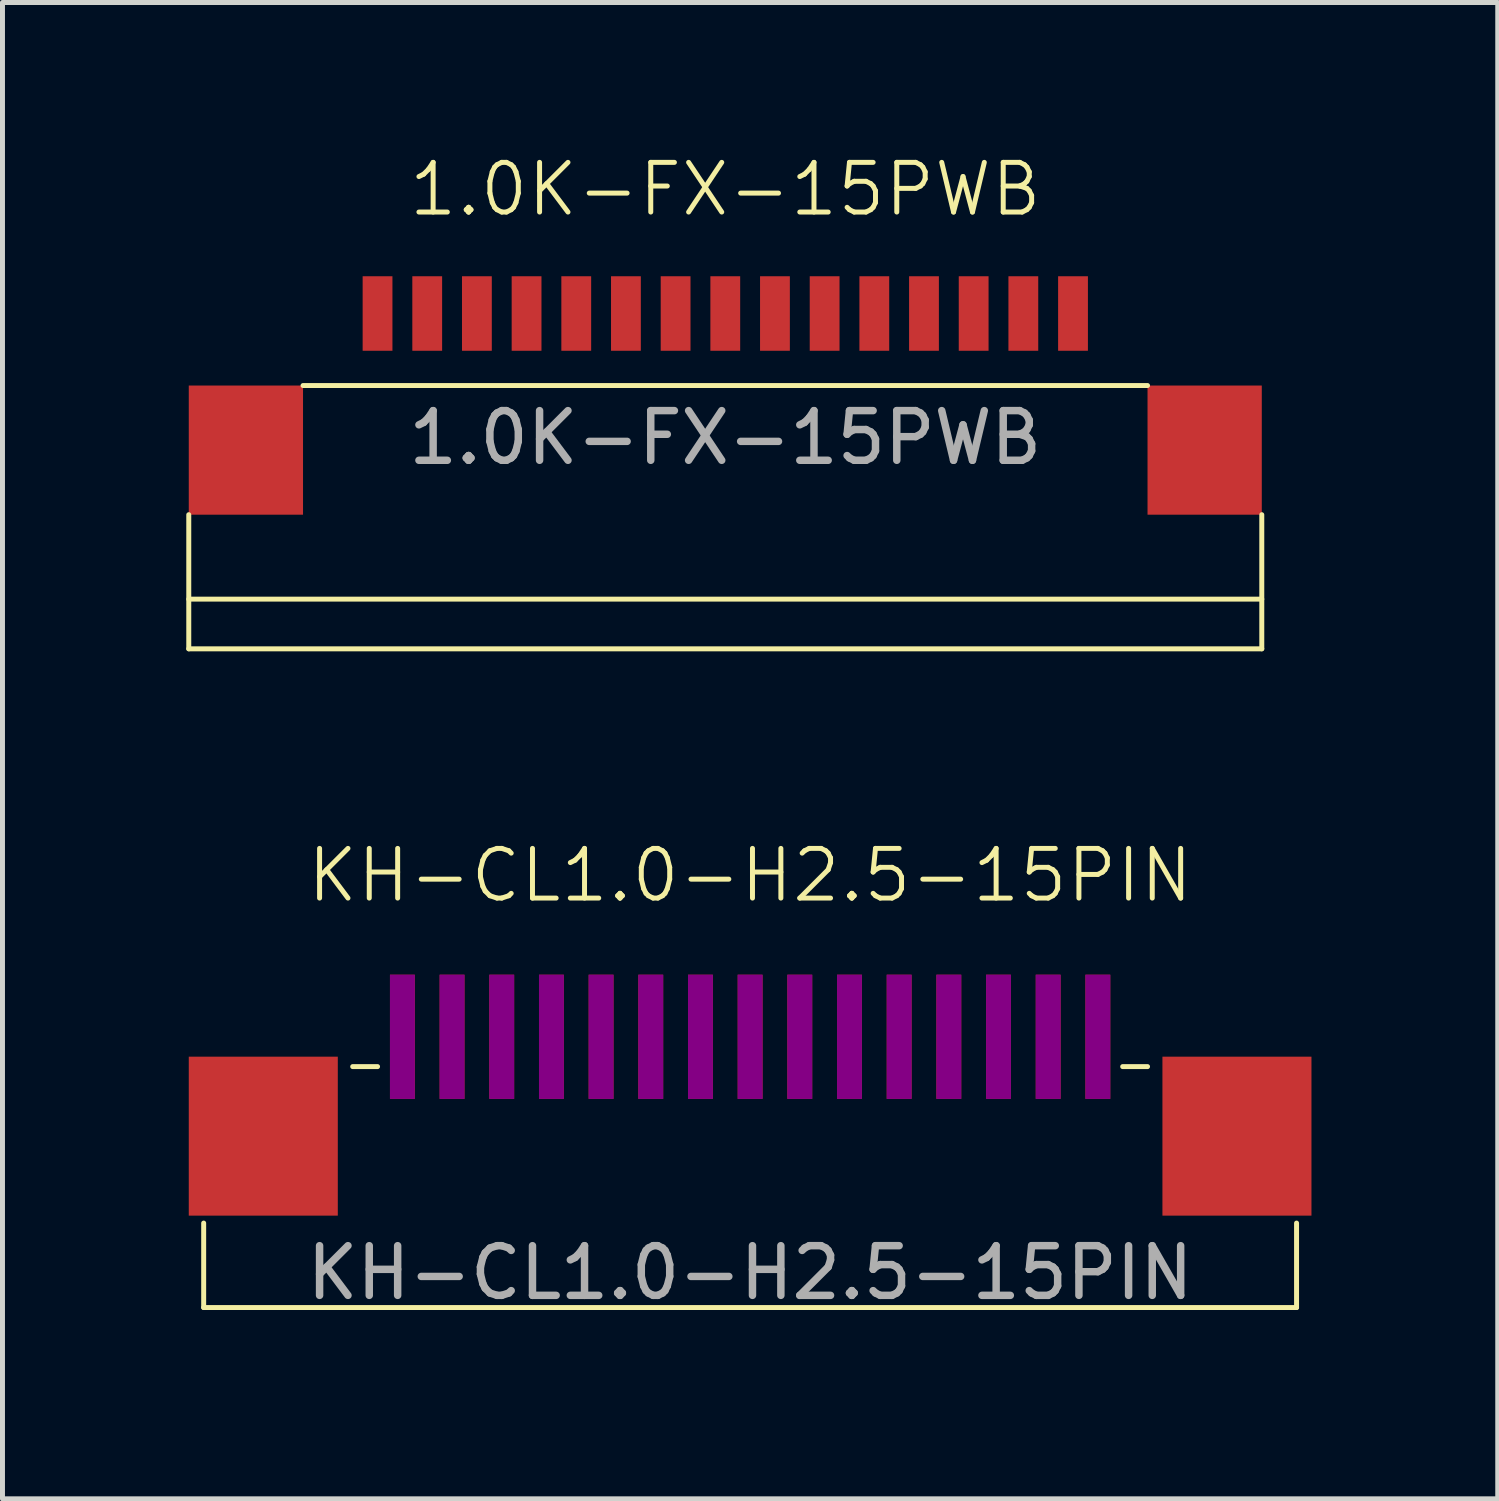
<source format=kicad_pcb>
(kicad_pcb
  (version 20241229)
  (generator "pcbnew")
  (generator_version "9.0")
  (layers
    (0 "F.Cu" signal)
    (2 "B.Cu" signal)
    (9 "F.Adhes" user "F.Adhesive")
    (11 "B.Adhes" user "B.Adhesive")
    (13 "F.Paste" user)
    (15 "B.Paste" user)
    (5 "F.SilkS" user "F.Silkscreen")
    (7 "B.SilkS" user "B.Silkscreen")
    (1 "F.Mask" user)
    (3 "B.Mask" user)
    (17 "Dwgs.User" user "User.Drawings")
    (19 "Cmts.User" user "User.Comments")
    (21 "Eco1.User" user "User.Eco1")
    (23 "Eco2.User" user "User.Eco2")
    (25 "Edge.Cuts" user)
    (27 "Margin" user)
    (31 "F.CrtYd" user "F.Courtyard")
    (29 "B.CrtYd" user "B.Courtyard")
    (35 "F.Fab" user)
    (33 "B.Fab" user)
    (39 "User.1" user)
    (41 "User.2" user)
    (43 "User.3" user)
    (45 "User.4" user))
  (footprint "KH-CL1.0-H2.5-15PIN"
    (layer "F.Cu")
    (at 12.05 20.071)
    (property "Reference" "KH-CL1.0-H2.5-15PIN" (at 0 -5.5 0) (unlocked yes) (layer "F.SilkS") (effects (font (size 1 1) (thickness 0.1))))
    (attr smd)
    (fp_line (start -11 3.2) (end -11 1.5) (stroke (width 0.1) (type default)) (layer "F.SilkS"))
    (fp_line (start -11 3.2) (end 11 3.2) (stroke (width 0.1) (type default)) (layer "F.SilkS"))
    (fp_line (start -8 -1.65) (end -7.5 -1.65) (stroke (width 0.1) (type default)) (layer "F.SilkS"))
    (fp_line (start 8 -1.65) (end 7.5 -1.65) (stroke (width 0.1) (type default)) (layer "F.SilkS"))
    (fp_line (start 11 3.2) (end 11 1.5) (stroke (width 0.1) (type default)) (layer "F.SilkS"))
    (fp_rect (start -12 -4.25) (end 12 4) (stroke (width 0.1) (type default)) (fill no) (layer "Margin"))
    (fp_text user "${REFERENCE}" (at 0 2.5 0) (unlocked yes) (layer "F.Fab") (effects (font (size 1 1) (thickness 0.15))))
    (pad "1" smd rect (at -7 -2.25) (size 0.5 2.5) (layers "F.Cu" "F.Mask" "F.Adhes" "F.Paste"))
    (pad "2" smd rect (at -6 -2.25) (size 0.5 2.5) (layers "F.Cu" "F.Mask" "F.Adhes" "F.Paste"))
    (pad "3" smd rect (at -5 -2.25) (size 0.5 2.5) (layers "F.Cu" "F.Mask" "F.Adhes" "F.Paste"))
    (pad "4" smd rect (at -4 -2.25) (size 0.5 2.5) (layers "F.Cu" "F.Mask" "F.Adhes" "F.Paste"))
    (pad "5" smd rect (at -3 -2.25) (size 0.5 2.5) (layers "F.Cu" "F.Mask" "F.Adhes" "F.Paste"))
    (pad "6" smd rect (at -2 -2.25) (size 0.5 2.5) (layers "F.Cu" "F.Mask" "F.Adhes" "F.Paste"))
    (pad "7" smd rect (at -1 -2.25) (size 0.5 2.5) (layers "F.Cu" "F.Mask" "F.Adhes" "F.Paste"))
    (pad "8" smd rect (at 0 -2.25) (size 0.5 2.5) (layers "F.Cu" "F.Mask" "F.Adhes" "F.Paste"))
    (pad "9" smd rect (at 1 -2.25) (size 0.5 2.5) (layers "F.Cu" "F.Mask" "F.Adhes" "F.Paste"))
    (pad "10" smd rect (at 2 -2.25) (size 0.5 2.5) (layers "F.Cu" "F.Mask" "F.Adhes" "F.Paste"))
    (pad "11" smd rect (at 3 -2.25) (size 0.5 2.5) (layers "F.Cu" "F.Mask" "F.Adhes" "F.Paste"))
    (pad "12" smd rect (at 4 -2.25) (size 0.5 2.5) (layers "F.Cu" "F.Mask" "F.Adhes" "F.Paste"))
    (pad "13" smd rect (at 5 -2.25) (size 0.5 2.5) (layers "F.Cu" "F.Mask" "F.Adhes" "F.Paste"))
    (pad "14" smd rect (at 6 -2.25) (size 0.5 2.5) (layers "F.Cu" "F.Mask" "F.Adhes" "F.Paste"))
    (pad "15" smd rect (at 7 -2.25) (size 0.5 2.5) (layers "F.Cu" "F.Mask" "F.Adhes" "F.Paste"))
    (pad "MP" smd rect (at -9.8 -0.25) (size 3 3.2) (layers "F.Cu" "F.Mask" "F.Paste"))
    (pad "MP" smd rect (at 9.8 -0.25) (size 3 3.2) (layers "F.Cu" "F.Mask" "F.Paste")))
  (footprint "1.0K-FX-15PWB"
    (layer "F.Cu")
    (at 11.55 6.261)
    (property "Reference" "1.0K-FX-15PWB" (at 0 -5.5 0) (unlocked yes) (layer "F.SilkS") (effects (font (size 1 1) (thickness 0.1))))
    (attr smd)
    (fp_line (start -10.8 1.05) (end -10.8 3.75) (stroke (width 0.1) (type default)) (layer "F.SilkS"))
    (fp_line (start -10.8 2.75) (end 10.8 2.75) (stroke (width 0.1) (type default)) (layer "F.SilkS"))
    (fp_line (start -10.8 3.75) (end 10.8 3.75) (stroke (width 0.1) (type default)) (layer "F.SilkS"))
    (fp_line (start -8.5 -1.55) (end 8.5 -1.55) (stroke (width 0.1) (type default)) (layer "F.SilkS"))
    (fp_line (start 10.8 1.05) (end 10.8 3.75) (stroke (width 0.1) (type default)) (layer "F.SilkS"))
    (fp_rect (start -11.5 -4.5) (end 11.5 4.5) (stroke (width 0.1) (type default)) (fill no) (layer "Margin"))
    (fp_text user "${REFERENCE}" (at 0 -0.5 0) (unlocked yes) (layer "F.Fab") (effects (font (size 1 1) (thickness 0.15))))
    (pad "1" smd rect (at -7 -3) (size 0.6 1.5) (layers "F.Cu" "F.Mask" "F.Paste"))
    (pad "2" smd rect (at -6 -3) (size 0.6 1.5) (layers "F.Cu" "F.Mask" "F.Paste"))
    (pad "3" smd rect (at -5 -3) (size 0.6 1.5) (layers "F.Cu" "F.Mask" "F.Paste"))
    (pad "4" smd rect (at -4 -3) (size 0.6 1.5) (layers "F.Cu" "F.Mask" "F.Paste"))
    (pad "5" smd rect (at -3 -3) (size 0.6 1.5) (layers "F.Cu" "F.Mask" "F.Paste"))
    (pad "6" smd rect (at -2 -3) (size 0.6 1.5) (layers "F.Cu" "F.Mask" "F.Paste"))
    (pad "7" smd rect (at -1 -3) (size 0.6 1.5) (layers "F.Cu" "F.Mask" "F.Paste"))
    (pad "8" smd rect (at 0 -3) (size 0.6 1.5) (layers "F.Cu" "F.Mask" "F.Paste"))
    (pad "9" smd rect (at 1 -3) (size 0.6 1.5) (layers "F.Cu" "F.Mask" "F.Paste"))
    (pad "10" smd rect (at 2 -3) (size 0.6 1.5) (layers "F.Cu" "F.Mask" "F.Paste"))
    (pad "11" smd rect (at 3 -3) (size 0.6 1.5) (layers "F.Cu" "F.Mask" "F.Paste"))
    (pad "12" smd rect (at 4 -3) (size 0.6 1.5) (layers "F.Cu" "F.Mask" "F.Paste"))
    (pad "13" smd rect (at 5 -3) (size 0.6 1.5) (layers "F.Cu" "F.Mask" "F.Paste"))
    (pad "14" smd rect (at 6 -3) (size 0.6 1.5) (layers "F.Cu" "F.Mask" "F.Paste"))
    (pad "15" smd rect (at 7 -3) (size 0.6 1.5) (layers "F.Cu" "F.Mask" "F.Paste"))
    (pad "MP" smd rect (at -9.65 -0.25) (size 2.3 2.6) (layers "F.Cu" "F.Mask" "F.Paste"))
    (pad "MP" smd rect (at 9.65 -0.25) (size 2.3 2.6) (layers "F.Cu" "F.Mask" "F.Paste")))
  (gr_rect
    (start -3 -3)
    (end 27.1 27.121)
    (stroke (width 0.1) (type default))
    (fill no)
    (layer "Edge.Cuts")))
</source>
